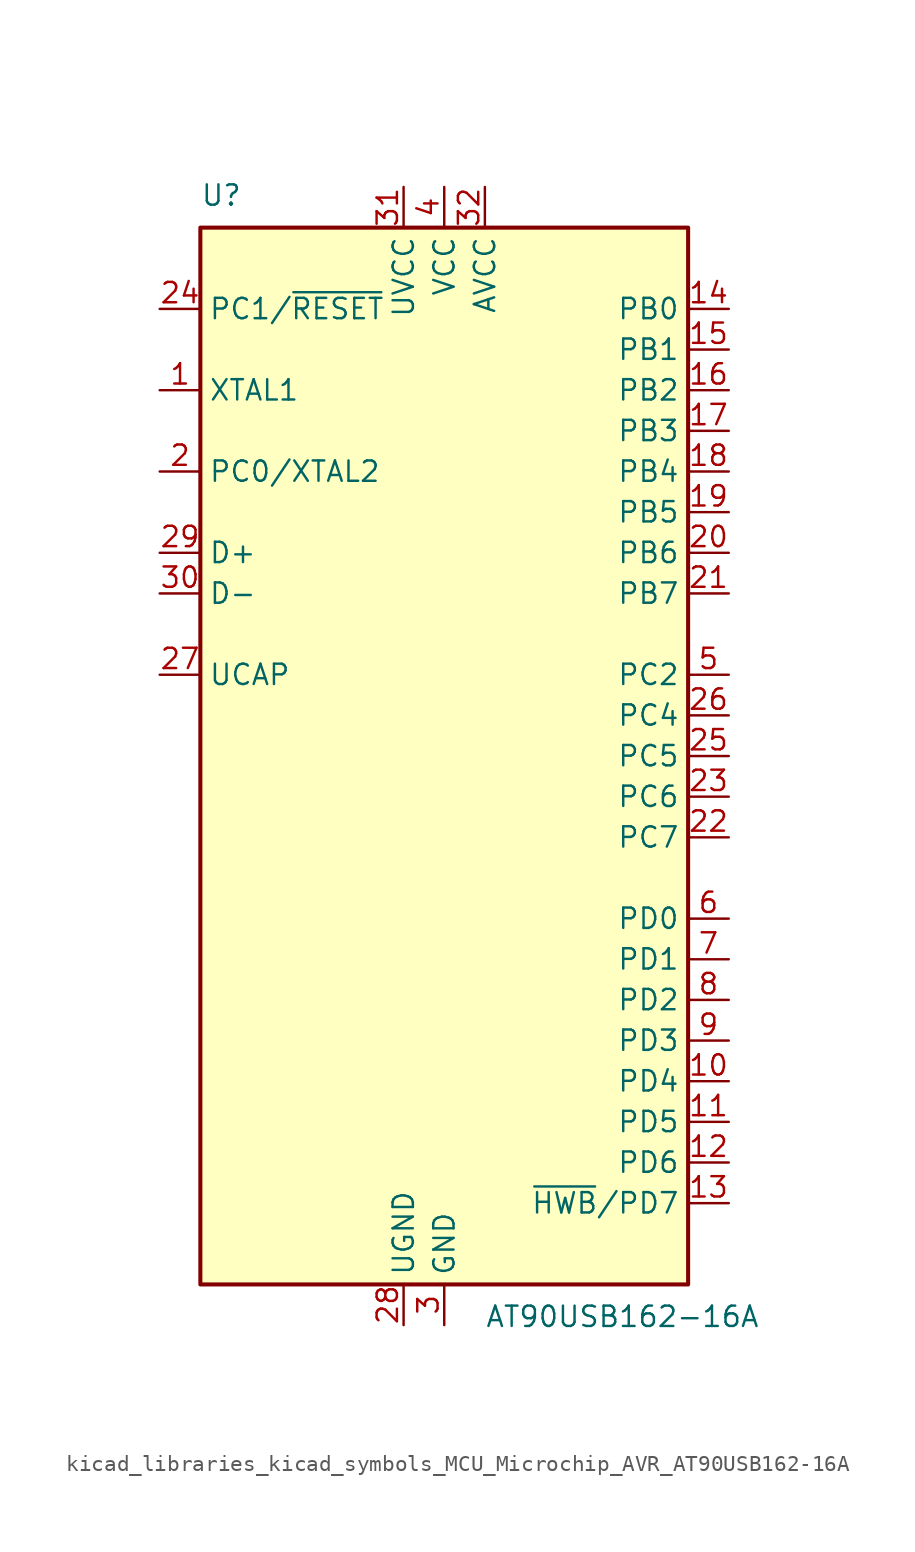
<source format=kicad_sym>
(kicad_symbol_lib
  (version 20220914)
  (generator kicad_symbol_editor)
  (symbol "kicad_libraries_kicad_symbols_MCU_Microchip_AVR_AT90USB162-16A"
    (property "Reference" "U"
      (at -15.24 34.29 0)
      (effects (font (size 1.27 1.27)) (justify left bottom)))
    (property "Value" "AT90USB162-16A"
      (at 2.54 -34.29 0)
      (effects (font (size 1.27 1.27)) (justify left top)))
    (symbol "kicad_libraries_kicad_symbols_MCU_Microchip_AVR_AT90USB162-16A_0_1"
      (rectangle (start -15.24 -33.02) (end 15.24 33.02) (stroke (width 0.254) (type default)) (fill (type background))))
    (symbol "kicad_libraries_kicad_symbols_MCU_Microchip_AVR_AT90USB162-16A_1_1"
      (pin input line (at -17.78 22.86 0) (length 2.54) (name "XTAL1" (effects (font (size 1.27 1.27)))) (number "1" (effects (font (size 1.27 1.27)))))
      (pin bidirectional line (at 17.78 -20.32 180) (length 2.54) (name "PD4" (effects (font (size 1.27 1.27)))) (number "10" (effects (font (size 1.27 1.27)))))
      (pin bidirectional line (at 17.78 -22.86 180) (length 2.54) (name "PD5" (effects (font (size 1.27 1.27)))) (number "11" (effects (font (size 1.27 1.27)))))
      (pin bidirectional line (at 17.78 -25.4 180) (length 2.54) (name "PD6" (effects (font (size 1.27 1.27)))) (number "12" (effects (font (size 1.27 1.27)))))
      (pin bidirectional line (at 17.78 -27.94 180) (length 2.54) (name "~{HWB}/PD7" (effects (font (size 1.27 1.27)))) (number "13" (effects (font (size 1.27 1.27)))))
      (pin bidirectional line (at 17.78 27.94 180) (length 2.54) (name "PB0" (effects (font (size 1.27 1.27)))) (number "14" (effects (font (size 1.27 1.27)))))
      (pin bidirectional line (at 17.78 25.4 180) (length 2.54) (name "PB1" (effects (font (size 1.27 1.27)))) (number "15" (effects (font (size 1.27 1.27)))))
      (pin bidirectional line (at 17.78 22.86 180) (length 2.54) (name "PB2" (effects (font (size 1.27 1.27)))) (number "16" (effects (font (size 1.27 1.27)))))
      (pin bidirectional line (at 17.78 20.32 180) (length 2.54) (name "PB3" (effects (font (size 1.27 1.27)))) (number "17" (effects (font (size 1.27 1.27)))))
      (pin bidirectional line (at 17.78 17.78 180) (length 2.54) (name "PB4" (effects (font (size 1.27 1.27)))) (number "18" (effects (font (size 1.27 1.27)))))
      (pin bidirectional line (at 17.78 15.24 180) (length 2.54) (name "PB5" (effects (font (size 1.27 1.27)))) (number "19" (effects (font (size 1.27 1.27)))))
      (pin bidirectional line (at -17.78 17.78 0) (length 2.54) (name "PC0/XTAL2" (effects (font (size 1.27 1.27)))) (number "2" (effects (font (size 1.27 1.27)))))
      (pin bidirectional line (at 17.78 12.7 180) (length 2.54) (name "PB6" (effects (font (size 1.27 1.27)))) (number "20" (effects (font (size 1.27 1.27)))))
      (pin bidirectional line (at 17.78 10.16 180) (length 2.54) (name "PB7" (effects (font (size 1.27 1.27)))) (number "21" (effects (font (size 1.27 1.27)))))
      (pin bidirectional line (at 17.78 -5.08 180) (length 2.54) (name "PC7" (effects (font (size 1.27 1.27)))) (number "22" (effects (font (size 1.27 1.27)))))
      (pin bidirectional line (at 17.78 -2.54 180) (length 2.54) (name "PC6" (effects (font (size 1.27 1.27)))) (number "23" (effects (font (size 1.27 1.27)))))
      (pin bidirectional line (at -17.78 27.94 0) (length 2.54) (name "PC1/~{RESET}" (effects (font (size 1.27 1.27)))) (number "24" (effects (font (size 1.27 1.27)))))
      (pin bidirectional line (at 17.78 0 180) (length 2.54) (name "PC5" (effects (font (size 1.27 1.27)))) (number "25" (effects (font (size 1.27 1.27)))))
      (pin bidirectional line (at 17.78 2.54 180) (length 2.54) (name "PC4" (effects (font (size 1.27 1.27)))) (number "26" (effects (font (size 1.27 1.27)))))
      (pin passive line (at -17.78 5.08 0) (length 2.54) (name "UCAP" (effects (font (size 1.27 1.27)))) (number "27" (effects (font (size 1.27 1.27)))))
      (pin power_in line (at -2.54 -35.56 90) (length 2.54) (name "UGND" (effects (font (size 1.27 1.27)))) (number "28" (effects (font (size 1.27 1.27)))))
      (pin bidirectional line (at -17.78 12.7 0) (length 2.54) (name "D+" (effects (font (size 1.27 1.27)))) (number "29" (effects (font (size 1.27 1.27)))))
      (pin power_in line (at 0 -35.56 90) (length 2.54) (name "GND" (effects (font (size 1.27 1.27)))) (number "3" (effects (font (size 1.27 1.27)))))
      (pin bidirectional line (at -17.78 10.16 0) (length 2.54) (name "D-" (effects (font (size 1.27 1.27)))) (number "30" (effects (font (size 1.27 1.27)))))
      (pin power_in line (at -2.54 35.56 270) (length 2.54) (name "UVCC" (effects (font (size 1.27 1.27)))) (number "31" (effects (font (size 1.27 1.27)))))
      (pin power_in line (at 2.54 35.56 270) (length 2.54) (name "AVCC" (effects (font (size 1.27 1.27)))) (number "32" (effects (font (size 1.27 1.27)))))
      (pin power_in line (at 0 35.56 270) (length 2.54) (name "VCC" (effects (font (size 1.27 1.27)))) (number "4" (effects (font (size 1.27 1.27)))))
      (pin bidirectional line (at 17.78 5.08 180) (length 2.54) (name "PC2" (effects (font (size 1.27 1.27)))) (number "5" (effects (font (size 1.27 1.27)))))
      (pin bidirectional line (at 17.78 -10.16 180) (length 2.54) (name "PD0" (effects (font (size 1.27 1.27)))) (number "6" (effects (font (size 1.27 1.27)))))
      (pin bidirectional line (at 17.78 -12.7 180) (length 2.54) (name "PD1" (effects (font (size 1.27 1.27)))) (number "7" (effects (font (size 1.27 1.27)))))
      (pin bidirectional line (at 17.78 -15.24 180) (length 2.54) (name "PD2" (effects (font (size 1.27 1.27)))) (number "8" (effects (font (size 1.27 1.27)))))
      (pin bidirectional line (at 17.78 -17.78 180) (length 2.54) (name "PD3" (effects (font (size 1.27 1.27)))) (number "9" (effects (font (size 1.27 1.27))))))))
</source>
